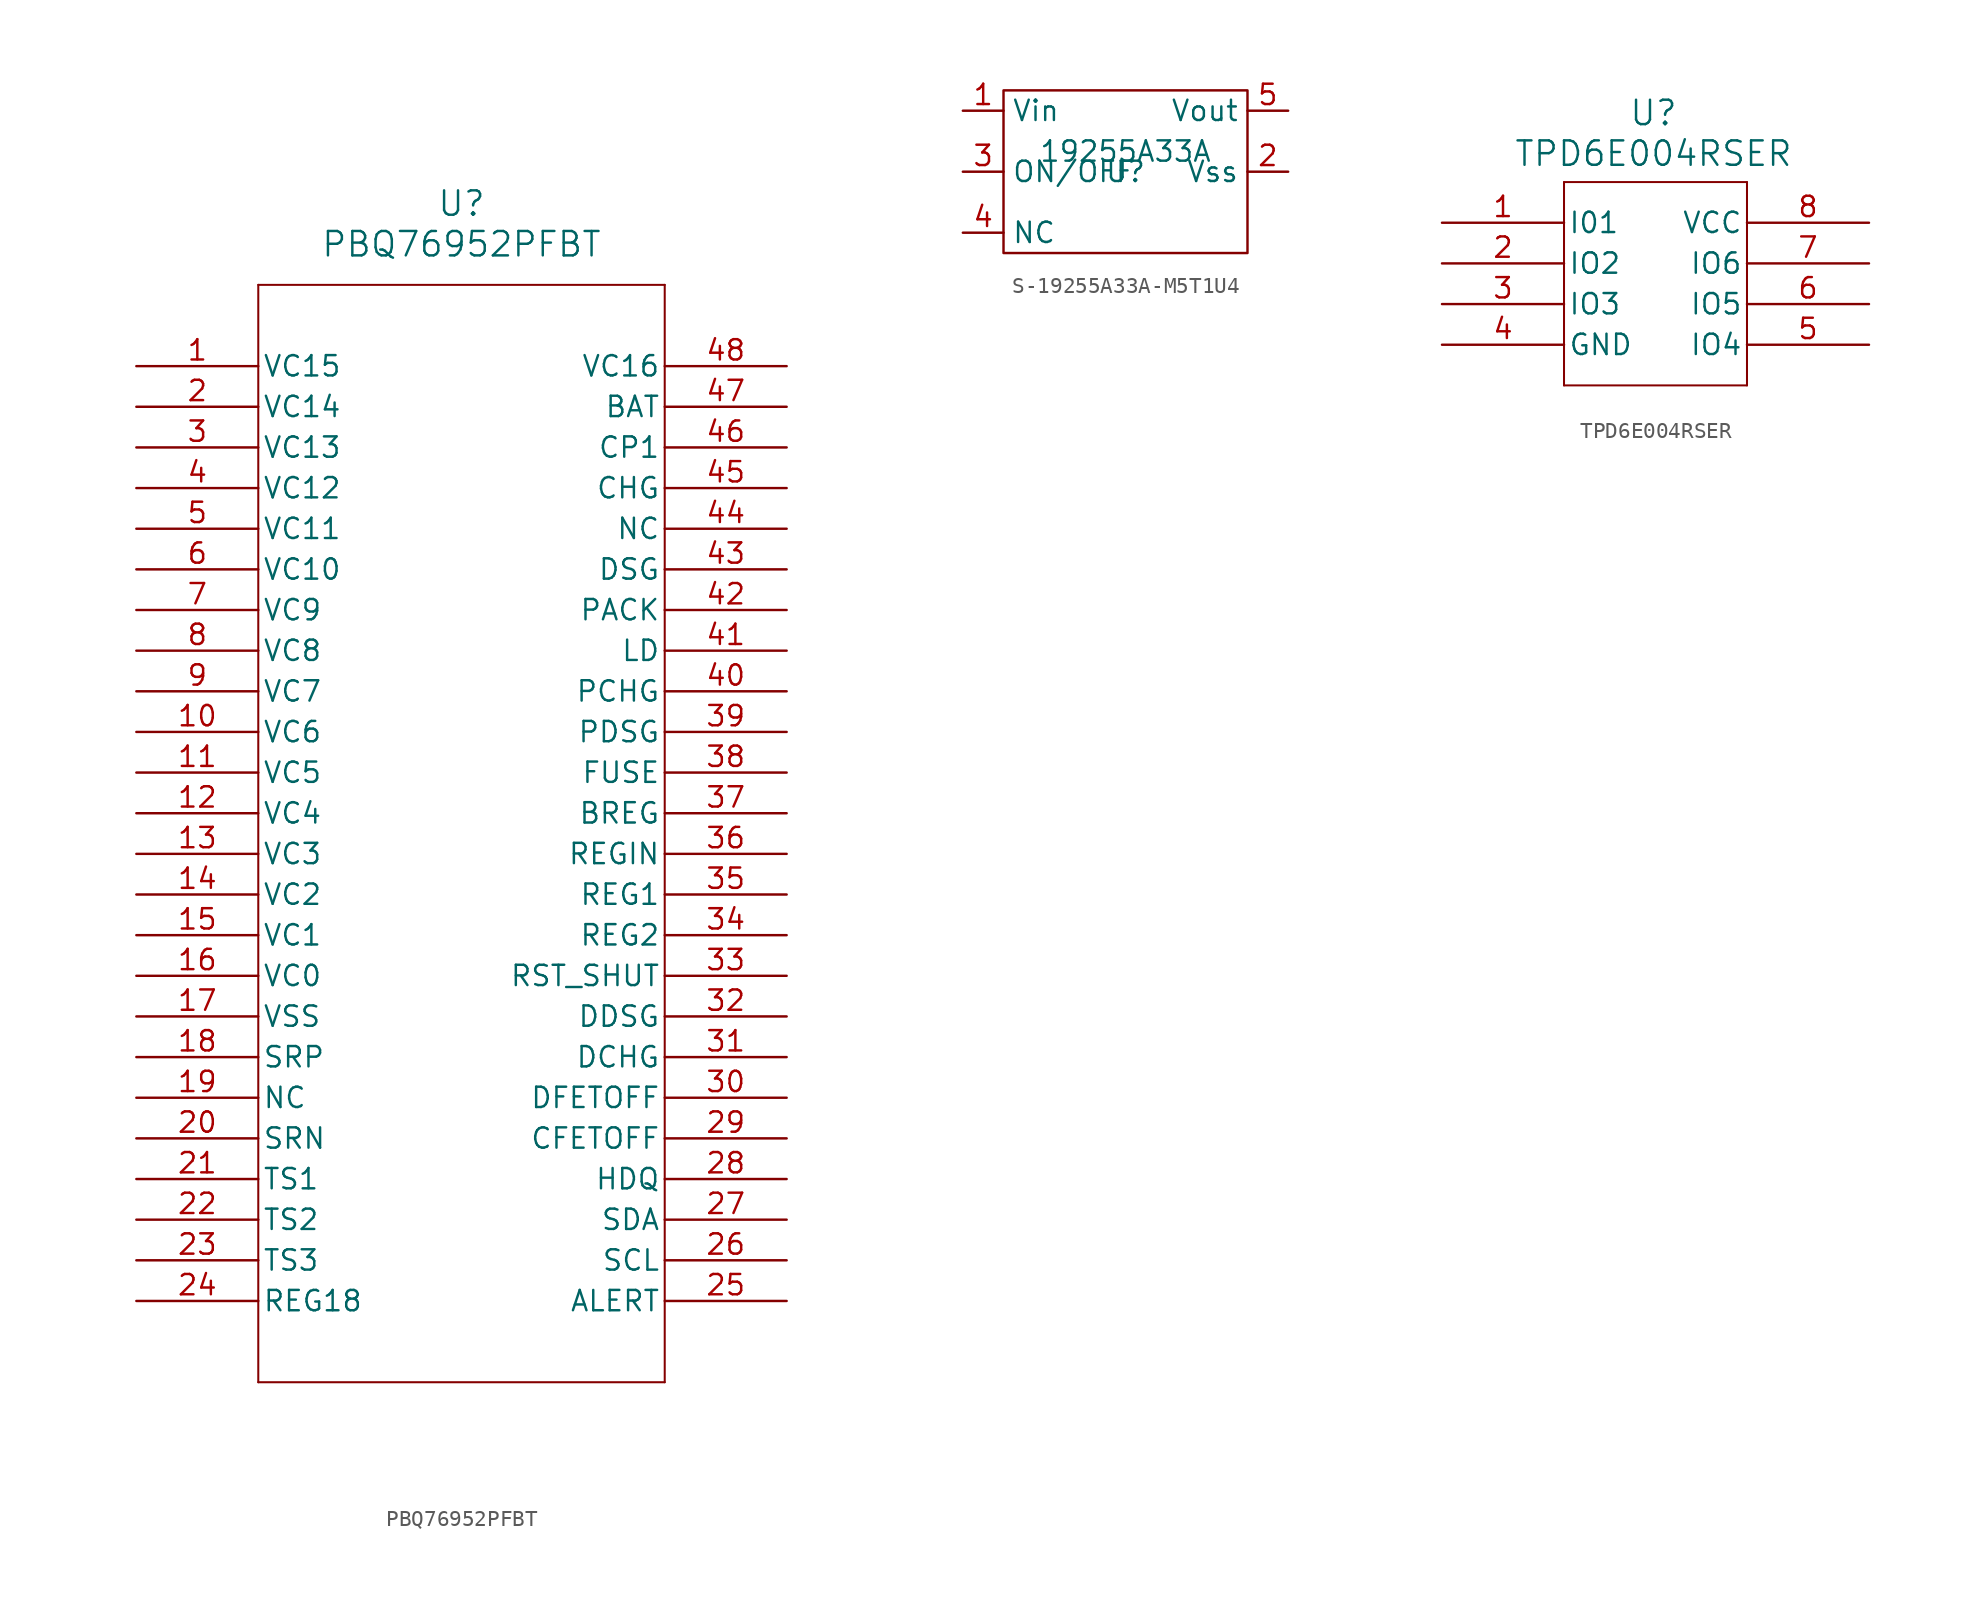
<source format=kicad_sym>
(kicad_symbol_lib
  (version 20241209)
  (generator "kicad_symbol_editor")
  (generator_version "9.0")
  (symbol "PBQ76952PFBT"
    (pin_names
      (offset 0.254))
    (property "Reference" "U"
      (at 20.32 10.16 0)
      (effects (font (size 1.524 1.524))))
    (property "Value" "PBQ76952PFBT"
      (at 20.32 7.62 0)
      (effects (font (size 1.524 1.524))))
    (property "ki_locked" ""
      (at 0 0 0)
      (effects (font (size 1.27 1.27))))
    (symbol "PBQ76952PFBT_0_1"
      (polyline (pts (xy 7.62 5.08) (xy 7.62 -63.5)) (stroke (width 0.127) (type default)) (fill (type none)))
      (polyline (pts (xy 7.62 -63.5) (xy 33.02 -63.5)) (stroke (width 0.127) (type default)) (fill (type none)))
      (polyline (pts (xy 33.02 5.08) (xy 7.62 5.08)) (stroke (width 0.127) (type default)) (fill (type none)))
      (polyline (pts (xy 33.02 -63.5) (xy 33.02 5.08)) (stroke (width 0.127) (type default)) (fill (type none)))
      (pin input line (at 0 0 0) (length 7.62) (name "VC15" (effects (font (size 1.27 1.27)))) (number "1" (effects (font (size 1.27 1.27)))))
      (pin input line (at 0 -2.54 0) (length 7.62) (name "VC14" (effects (font (size 1.27 1.27)))) (number "2" (effects (font (size 1.27 1.27)))))
      (pin input line (at 0 -5.08 0) (length 7.62) (name "VC13" (effects (font (size 1.27 1.27)))) (number "3" (effects (font (size 1.27 1.27)))))
      (pin input line (at 0 -7.62 0) (length 7.62) (name "VC12" (effects (font (size 1.27 1.27)))) (number "4" (effects (font (size 1.27 1.27)))))
      (pin input line (at 0 -10.16 0) (length 7.62) (name "VC11" (effects (font (size 1.27 1.27)))) (number "5" (effects (font (size 1.27 1.27)))))
      (pin input line (at 0 -12.7 0) (length 7.62) (name "VC10" (effects (font (size 1.27 1.27)))) (number "6" (effects (font (size 1.27 1.27)))))
      (pin input line (at 0 -15.24 0) (length 7.62) (name "VC9" (effects (font (size 1.27 1.27)))) (number "7" (effects (font (size 1.27 1.27)))))
      (pin input line (at 0 -17.78 0) (length 7.62) (name "VC8" (effects (font (size 1.27 1.27)))) (number "8" (effects (font (size 1.27 1.27)))))
      (pin input line (at 0 -20.32 0) (length 7.62) (name "VC7" (effects (font (size 1.27 1.27)))) (number "9" (effects (font (size 1.27 1.27)))))
      (pin input line (at 0 -22.86 0) (length 7.62) (name "VC6" (effects (font (size 1.27 1.27)))) (number "10" (effects (font (size 1.27 1.27)))))
      (pin input line (at 0 -25.4 0) (length 7.62) (name "VC5" (effects (font (size 1.27 1.27)))) (number "11" (effects (font (size 1.27 1.27)))))
      (pin input line (at 0 -27.94 0) (length 7.62) (name "VC4" (effects (font (size 1.27 1.27)))) (number "12" (effects (font (size 1.27 1.27)))))
      (pin input line (at 0 -30.48 0) (length 7.62) (name "VC3" (effects (font (size 1.27 1.27)))) (number "13" (effects (font (size 1.27 1.27)))))
      (pin input line (at 0 -33.02 0) (length 7.62) (name "VC2" (effects (font (size 1.27 1.27)))) (number "14" (effects (font (size 1.27 1.27)))))
      (pin input line (at 0 -35.56 0) (length 7.62) (name "VC1" (effects (font (size 1.27 1.27)))) (number "15" (effects (font (size 1.27 1.27)))))
      (pin input line (at 0 -38.1 0) (length 7.62) (name "VC0" (effects (font (size 1.27 1.27)))) (number "16" (effects (font (size 1.27 1.27)))))
      (pin power_in line (at 0 -40.64 0) (length 7.62) (name "VSS" (effects (font (size 1.27 1.27)))) (number "17" (effects (font (size 1.27 1.27)))))
      (pin input line (at 0 -43.18 0) (length 7.62) (name "SRP" (effects (font (size 1.27 1.27)))) (number "18" (effects (font (size 1.27 1.27)))))
      (pin unspecified line (at 0 -45.72 0) (length 7.62) (name "NC" (effects (font (size 1.27 1.27)))) (number "19" (effects (font (size 1.27 1.27)))))
      (pin input line (at 0 -48.26 0) (length 7.62) (name "SRN" (effects (font (size 1.27 1.27)))) (number "20" (effects (font (size 1.27 1.27)))))
      (pin bidirectional line (at 0 -50.8 0) (length 7.62) (name "TS1" (effects (font (size 1.27 1.27)))) (number "21" (effects (font (size 1.27 1.27)))))
      (pin bidirectional line (at 0 -53.34 0) (length 7.62) (name "TS2" (effects (font (size 1.27 1.27)))) (number "22" (effects (font (size 1.27 1.27)))))
      (pin bidirectional line (at 0 -55.88 0) (length 7.62) (name "TS3" (effects (font (size 1.27 1.27)))) (number "23" (effects (font (size 1.27 1.27)))))
      (pin output line (at 0 -58.42 0) (length 7.62) (name "REG18" (effects (font (size 1.27 1.27)))) (number "24" (effects (font (size 1.27 1.27)))))
      (pin input line (at 40.64 0 180) (length 7.62) (name "VC16" (effects (font (size 1.27 1.27)))) (number "48" (effects (font (size 1.27 1.27)))))
      (pin input line (at 40.64 -2.54 180) (length 7.62) (name "BAT" (effects (font (size 1.27 1.27)))) (number "47" (effects (font (size 1.27 1.27)))))
      (pin bidirectional line (at 40.64 -5.08 180) (length 7.62) (name "CP1" (effects (font (size 1.27 1.27)))) (number "46" (effects (font (size 1.27 1.27)))))
      (pin output line (at 40.64 -7.62 180) (length 7.62) (name "CHG" (effects (font (size 1.27 1.27)))) (number "45" (effects (font (size 1.27 1.27)))))
      (pin unspecified line (at 40.64 -10.16 180) (length 7.62) (name "NC" (effects (font (size 1.27 1.27)))) (number "44" (effects (font (size 1.27 1.27)))))
      (pin output line (at 40.64 -12.7 180) (length 7.62) (name "DSG" (effects (font (size 1.27 1.27)))) (number "43" (effects (font (size 1.27 1.27)))))
      (pin input line (at 40.64 -15.24 180) (length 7.62) (name "PACK" (effects (font (size 1.27 1.27)))) (number "42" (effects (font (size 1.27 1.27)))))
      (pin bidirectional line (at 40.64 -17.78 180) (length 7.62) (name "LD" (effects (font (size 1.27 1.27)))) (number "41" (effects (font (size 1.27 1.27)))))
      (pin output line (at 40.64 -20.32 180) (length 7.62) (name "PCHG" (effects (font (size 1.27 1.27)))) (number "40" (effects (font (size 1.27 1.27)))))
      (pin output line (at 40.64 -22.86 180) (length 7.62) (name "PDSG" (effects (font (size 1.27 1.27)))) (number "39" (effects (font (size 1.27 1.27)))))
      (pin bidirectional line (at 40.64 -25.4 180) (length 7.62) (name "FUSE" (effects (font (size 1.27 1.27)))) (number "38" (effects (font (size 1.27 1.27)))))
      (pin output line (at 40.64 -27.94 180) (length 7.62) (name "BREG" (effects (font (size 1.27 1.27)))) (number "37" (effects (font (size 1.27 1.27)))))
      (pin input line (at 40.64 -30.48 180) (length 7.62) (name "REGIN" (effects (font (size 1.27 1.27)))) (number "36" (effects (font (size 1.27 1.27)))))
      (pin output line (at 40.64 -33.02 180) (length 7.62) (name "REG1" (effects (font (size 1.27 1.27)))) (number "35" (effects (font (size 1.27 1.27)))))
      (pin output line (at 40.64 -35.56 180) (length 7.62) (name "REG2" (effects (font (size 1.27 1.27)))) (number "34" (effects (font (size 1.27 1.27)))))
      (pin input line (at 40.64 -38.1 180) (length 7.62) (name "RST_SHUT" (effects (font (size 1.27 1.27)))) (number "33" (effects (font (size 1.27 1.27)))))
      (pin bidirectional line (at 40.64 -40.64 180) (length 7.62) (name "DDSG" (effects (font (size 1.27 1.27)))) (number "32" (effects (font (size 1.27 1.27)))))
      (pin bidirectional line (at 40.64 -43.18 180) (length 7.62) (name "DCHG" (effects (font (size 1.27 1.27)))) (number "31" (effects (font (size 1.27 1.27)))))
      (pin bidirectional line (at 40.64 -45.72 180) (length 7.62) (name "DFETOFF" (effects (font (size 1.27 1.27)))) (number "30" (effects (font (size 1.27 1.27)))))
      (pin bidirectional line (at 40.64 -48.26 180) (length 7.62) (name "CFETOFF" (effects (font (size 1.27 1.27)))) (number "29" (effects (font (size 1.27 1.27)))))
      (pin bidirectional line (at 40.64 -50.8 180) (length 7.62) (name "HDQ" (effects (font (size 1.27 1.27)))) (number "28" (effects (font (size 1.27 1.27)))))
      (pin bidirectional line (at 40.64 -53.34 180) (length 7.62) (name "SDA" (effects (font (size 1.27 1.27)))) (number "27" (effects (font (size 1.27 1.27)))))
      (pin bidirectional line (at 40.64 -55.88 180) (length 7.62) (name "SCL" (effects (font (size 1.27 1.27)))) (number "26" (effects (font (size 1.27 1.27)))))
      (pin bidirectional line (at 40.64 -58.42 180) (length 7.62) (name "ALERT" (effects (font (size 1.27 1.27)))) (number "25" (effects (font (size 1.27 1.27)))))))
  (symbol "S-19255A33A-M5T1U4"
    (property "Reference" "U"
      (at 0 -1.27 0)
      (effects (font (size 1.27 1.27))))
    (property "Value" "19255A33A"
      (at 0 0 0)
      (effects (font (size 1.27 1.27))))
    (symbol "S-19255A33A-M5T1U4_0_1"
      (rectangle (start -7.62 3.81) (end 7.62 -6.35) (stroke (width 0) (type default)) (fill (type none))))
    (symbol "S-19255A33A-M5T1U4_1_1"
      (pin power_in line (at -10.16 2.54 0) (length 2.54) (name "Vin" (effects (font (size 1.27 1.27)))) (number "1" (effects (font (size 1.27 1.27)))))
      (pin passive line (at -10.16 -1.27 0) (length 2.54) (name "ON/OFF" (effects (font (size 1.27 1.27)))) (number "3" (effects (font (size 1.27 1.27)))))
      (pin power_out line (at -10.16 -5.08 0) (length 2.54) (name "NC" (effects (font (size 1.27 1.27)))) (number "4" (effects (font (size 1.27 1.27)))))
      (pin power_out line (at 10.16 2.54 180) (length 2.54) (name "Vout" (effects (font (size 1.27 1.27)))) (number "5" (effects (font (size 1.27 1.27)))))
      (pin power_out line (at 10.16 -1.27 180) (length 2.54) (name "Vss" (effects (font (size 1.27 1.27)))) (number "2" (effects (font (size 1.27 1.27)))))))
  (symbol "TPD6E004RSER"
    (pin_names
      (offset 0.254))
    (property "Reference" "U"
      (at 13.208 6.858 0)
      (effects (font (size 1.524 1.524))))
    (property "Value" "TPD6E004RSER"
      (at 13.208 4.318 0)
      (effects (font (size 1.524 1.524))))
    (symbol "TPD6E004RSER_0_1"
      (polyline (pts (xy 7.62 2.54) (xy 7.62 -10.16)) (stroke (width 0.127) (type default)) (fill (type none)))
      (polyline (pts (xy 7.62 -10.16) (xy 19.05 -10.16)) (stroke (width 0.127) (type default)) (fill (type none)))
      (polyline (pts (xy 19.05 2.54) (xy 7.62 2.54)) (stroke (width 0.127) (type default)) (fill (type none)))
      (polyline (pts (xy 19.05 -10.16) (xy 19.05 2.54)) (stroke (width 0.127) (type default)) (fill (type none)))
      (pin bidirectional line (at 0 0 0) (length 7.62) (name "I01" (effects (font (size 1.27 1.27)))) (number "1" (effects (font (size 1.27 1.27)))))
      (pin bidirectional line (at 0 -2.54 0) (length 7.62) (name "IO2" (effects (font (size 1.27 1.27)))) (number "2" (effects (font (size 1.27 1.27)))))
      (pin bidirectional line (at 0 -5.08 0) (length 7.62) (name "IO3" (effects (font (size 1.27 1.27)))) (number "3" (effects (font (size 1.27 1.27)))))
      (pin power_in line (at 0 -7.62 0) (length 7.62) (name "GND" (effects (font (size 1.27 1.27)))) (number "4" (effects (font (size 1.27 1.27)))))
      (pin power_in line (at 26.67 0 180) (length 7.62) (name "VCC" (effects (font (size 1.27 1.27)))) (number "8" (effects (font (size 1.27 1.27)))))
      (pin bidirectional line (at 26.67 -2.54 180) (length 7.62) (name "IO6" (effects (font (size 1.27 1.27)))) (number "7" (effects (font (size 1.27 1.27)))))
      (pin bidirectional line (at 26.67 -5.08 180) (length 7.62) (name "IO5" (effects (font (size 1.27 1.27)))) (number "6" (effects (font (size 1.27 1.27)))))
      (pin bidirectional line (at 26.67 -7.62 180) (length 7.62) (name "IO4" (effects (font (size 1.27 1.27)))) (number "5" (effects (font (size 1.27 1.27))))))))
</source>
